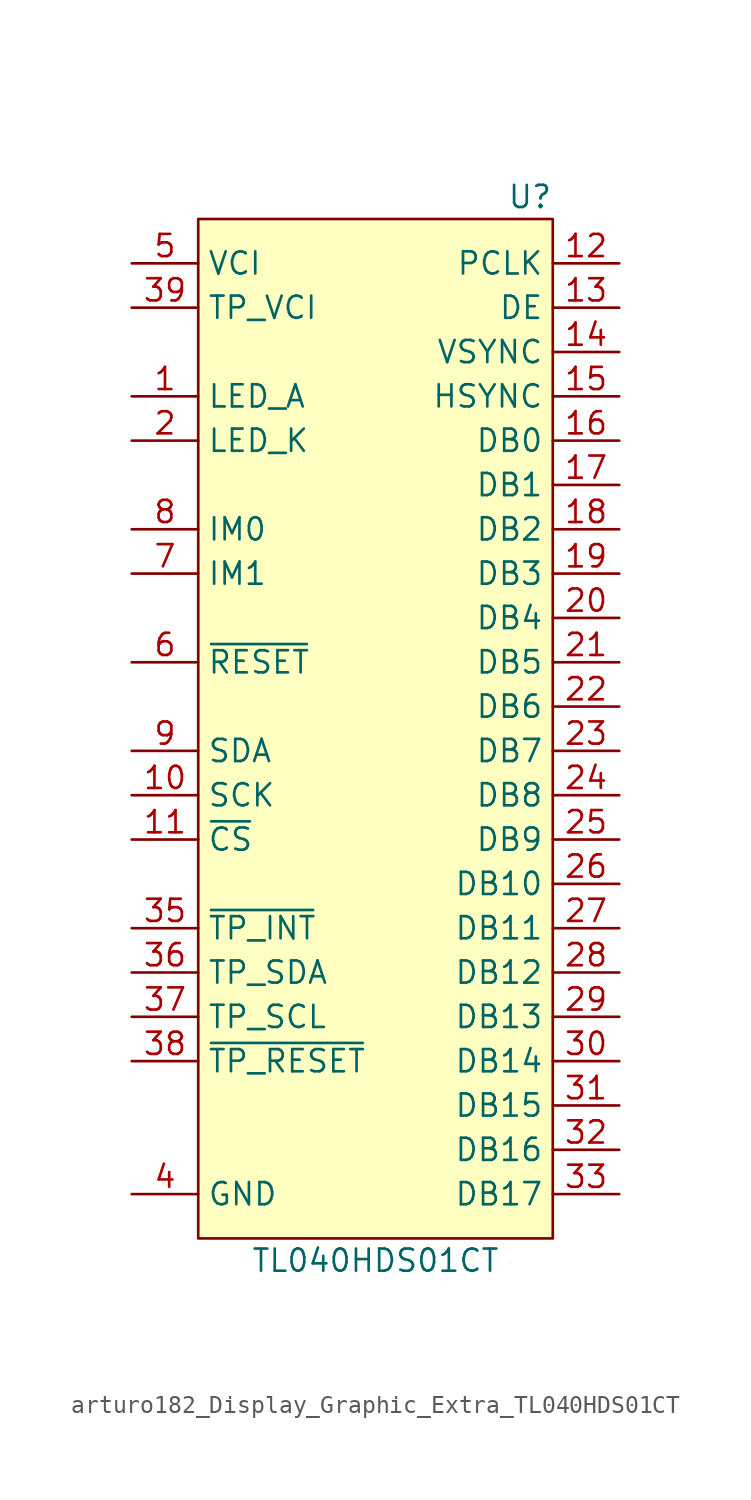
<source format=kicad_sym>
(kicad_symbol_lib
  (version 20220914)
  (generator kicad_symbol_editor)
  (symbol "arturo182_Display_Graphic_Extra_TL040HDS01CT"
    (property "Reference" "U"
      (at 10.16 29.21 0)
      (effects (font (size 1.27 1.27)) (justify right)))
    (property "Value" "TL040HDS01CT"
      (at 0 -31.75 0)
      (effects (font (size 1.27 1.27))))
    (symbol "arturo182_Display_Graphic_Extra_TL040HDS01CT_0_1"
      (rectangle (start -10.16 27.94) (end 10.16 -30.48) (stroke (width 0) (type default)) (fill (type background))))
    (symbol "arturo182_Display_Graphic_Extra_TL040HDS01CT_1_1"
      (pin input line (at -13.97 17.78 0) (length 3.81) (name "LED_A" (effects (font (size 1.27 1.27)))) (number "1" (effects (font (size 1.27 1.27)))))
      (pin input line (at -13.97 -5.08 0) (length 3.81) (name "SCK" (effects (font (size 1.27 1.27)))) (number "10" (effects (font (size 1.27 1.27)))))
      (pin input line (at -13.97 -7.62 0) (length 3.81) (name "~{CS}" (effects (font (size 1.27 1.27)))) (number "11" (effects (font (size 1.27 1.27)))))
      (pin input line (at 13.97 25.4 180) (length 3.81) (name "PCLK" (effects (font (size 1.27 1.27)))) (number "12" (effects (font (size 1.27 1.27)))))
      (pin input line (at 13.97 22.86 180) (length 3.81) (name "DE" (effects (font (size 1.27 1.27)))) (number "13" (effects (font (size 1.27 1.27)))))
      (pin input line (at 13.97 20.32 180) (length 3.81) (name "VSYNC" (effects (font (size 1.27 1.27)))) (number "14" (effects (font (size 1.27 1.27)))))
      (pin input line (at 13.97 17.78 180) (length 3.81) (name "HSYNC" (effects (font (size 1.27 1.27)))) (number "15" (effects (font (size 1.27 1.27)))))
      (pin input line (at 13.97 15.24 180) (length 3.81) (name "DB0" (effects (font (size 1.27 1.27)))) (number "16" (effects (font (size 1.27 1.27)))))
      (pin input line (at 13.97 12.7 180) (length 3.81) (name "DB1" (effects (font (size 1.27 1.27)))) (number "17" (effects (font (size 1.27 1.27)))))
      (pin input line (at 13.97 10.16 180) (length 3.81) (name "DB2" (effects (font (size 1.27 1.27)))) (number "18" (effects (font (size 1.27 1.27)))))
      (pin input line (at 13.97 7.62 180) (length 3.81) (name "DB3" (effects (font (size 1.27 1.27)))) (number "19" (effects (font (size 1.27 1.27)))))
      (pin input line (at -13.97 15.24 0) (length 3.81) (name "LED_K" (effects (font (size 1.27 1.27)))) (number "2" (effects (font (size 1.27 1.27)))))
      (pin input line (at 13.97 5.08 180) (length 3.81) (name "DB4" (effects (font (size 1.27 1.27)))) (number "20" (effects (font (size 1.27 1.27)))))
      (pin input line (at 13.97 2.54 180) (length 3.81) (name "DB5" (effects (font (size 1.27 1.27)))) (number "21" (effects (font (size 1.27 1.27)))))
      (pin input line (at 13.97 0 180) (length 3.81) (name "DB6" (effects (font (size 1.27 1.27)))) (number "22" (effects (font (size 1.27 1.27)))))
      (pin input line (at 13.97 -2.54 180) (length 3.81) (name "DB7" (effects (font (size 1.27 1.27)))) (number "23" (effects (font (size 1.27 1.27)))))
      (pin input line (at 13.97 -5.08 180) (length 3.81) (name "DB8" (effects (font (size 1.27 1.27)))) (number "24" (effects (font (size 1.27 1.27)))))
      (pin input line (at 13.97 -7.62 180) (length 3.81) (name "DB9" (effects (font (size 1.27 1.27)))) (number "25" (effects (font (size 1.27 1.27)))))
      (pin input line (at 13.97 -10.16 180) (length 3.81) (name "DB10" (effects (font (size 1.27 1.27)))) (number "26" (effects (font (size 1.27 1.27)))))
      (pin input line (at 13.97 -12.7 180) (length 3.81) (name "DB11" (effects (font (size 1.27 1.27)))) (number "27" (effects (font (size 1.27 1.27)))))
      (pin input line (at 13.97 -15.24 180) (length 3.81) (name "DB12" (effects (font (size 1.27 1.27)))) (number "28" (effects (font (size 1.27 1.27)))))
      (pin input line (at 13.97 -17.78 180) (length 3.81) (name "DB13" (effects (font (size 1.27 1.27)))) (number "29" (effects (font (size 1.27 1.27)))))
      (pin passive line (at -13.97 15.24 0) (length 3.81) hide (name "LED_K" (effects (font (size 1.27 1.27)))) (number "3" (effects (font (size 1.27 1.27)))))
      (pin input line (at 13.97 -20.32 180) (length 3.81) (name "DB14" (effects (font (size 1.27 1.27)))) (number "30" (effects (font (size 1.27 1.27)))))
      (pin input line (at 13.97 -22.86 180) (length 3.81) (name "DB15" (effects (font (size 1.27 1.27)))) (number "31" (effects (font (size 1.27 1.27)))))
      (pin input line (at 13.97 -25.4 180) (length 3.81) (name "DB16" (effects (font (size 1.27 1.27)))) (number "32" (effects (font (size 1.27 1.27)))))
      (pin input line (at 13.97 -27.94 180) (length 3.81) (name "DB17" (effects (font (size 1.27 1.27)))) (number "33" (effects (font (size 1.27 1.27)))))
      (pin passive line (at -13.97 -27.94 0) (length 3.81) hide (name "GND" (effects (font (size 1.27 1.27)))) (number "34" (effects (font (size 1.27 1.27)))))
      (pin output line (at -13.97 -12.7 0) (length 3.81) (name "~{TP_INT}" (effects (font (size 1.27 1.27)))) (number "35" (effects (font (size 1.27 1.27)))))
      (pin bidirectional line (at -13.97 -15.24 0) (length 3.81) (name "TP_SDA" (effects (font (size 1.27 1.27)))) (number "36" (effects (font (size 1.27 1.27)))))
      (pin input line (at -13.97 -17.78 0) (length 3.81) (name "TP_SCL" (effects (font (size 1.27 1.27)))) (number "37" (effects (font (size 1.27 1.27)))))
      (pin input line (at -13.97 -20.32 0) (length 3.81) (name "~{TP_RESET}" (effects (font (size 1.27 1.27)))) (number "38" (effects (font (size 1.27 1.27)))))
      (pin power_in line (at -13.97 22.86 0) (length 3.81) (name "TP_VCI" (effects (font (size 1.27 1.27)))) (number "39" (effects (font (size 1.27 1.27)))))
      (pin power_in line (at -13.97 -27.94 0) (length 3.81) (name "GND" (effects (font (size 1.27 1.27)))) (number "4" (effects (font (size 1.27 1.27)))))
      (pin passive line (at -13.97 -27.94 0) (length 3.81) hide (name "GND" (effects (font (size 1.27 1.27)))) (number "40" (effects (font (size 1.27 1.27)))))
      (pin power_in line (at -13.97 25.4 0) (length 3.81) (name "VCI" (effects (font (size 1.27 1.27)))) (number "5" (effects (font (size 1.27 1.27)))))
      (pin input line (at -13.97 2.54 0) (length 3.81) (name "~{RESET}" (effects (font (size 1.27 1.27)))) (number "6" (effects (font (size 1.27 1.27)))))
      (pin input line (at -13.97 7.62 0) (length 3.81) (name "IM1" (effects (font (size 1.27 1.27)))) (number "7" (effects (font (size 1.27 1.27)))))
      (pin input line (at -13.97 10.16 0) (length 3.81) (name "IM0" (effects (font (size 1.27 1.27)))) (number "8" (effects (font (size 1.27 1.27)))))
      (pin bidirectional line (at -13.97 -2.54 0) (length 3.81) (name "SDA" (effects (font (size 1.27 1.27)))) (number "9" (effects (font (size 1.27 1.27))))))))
</source>
